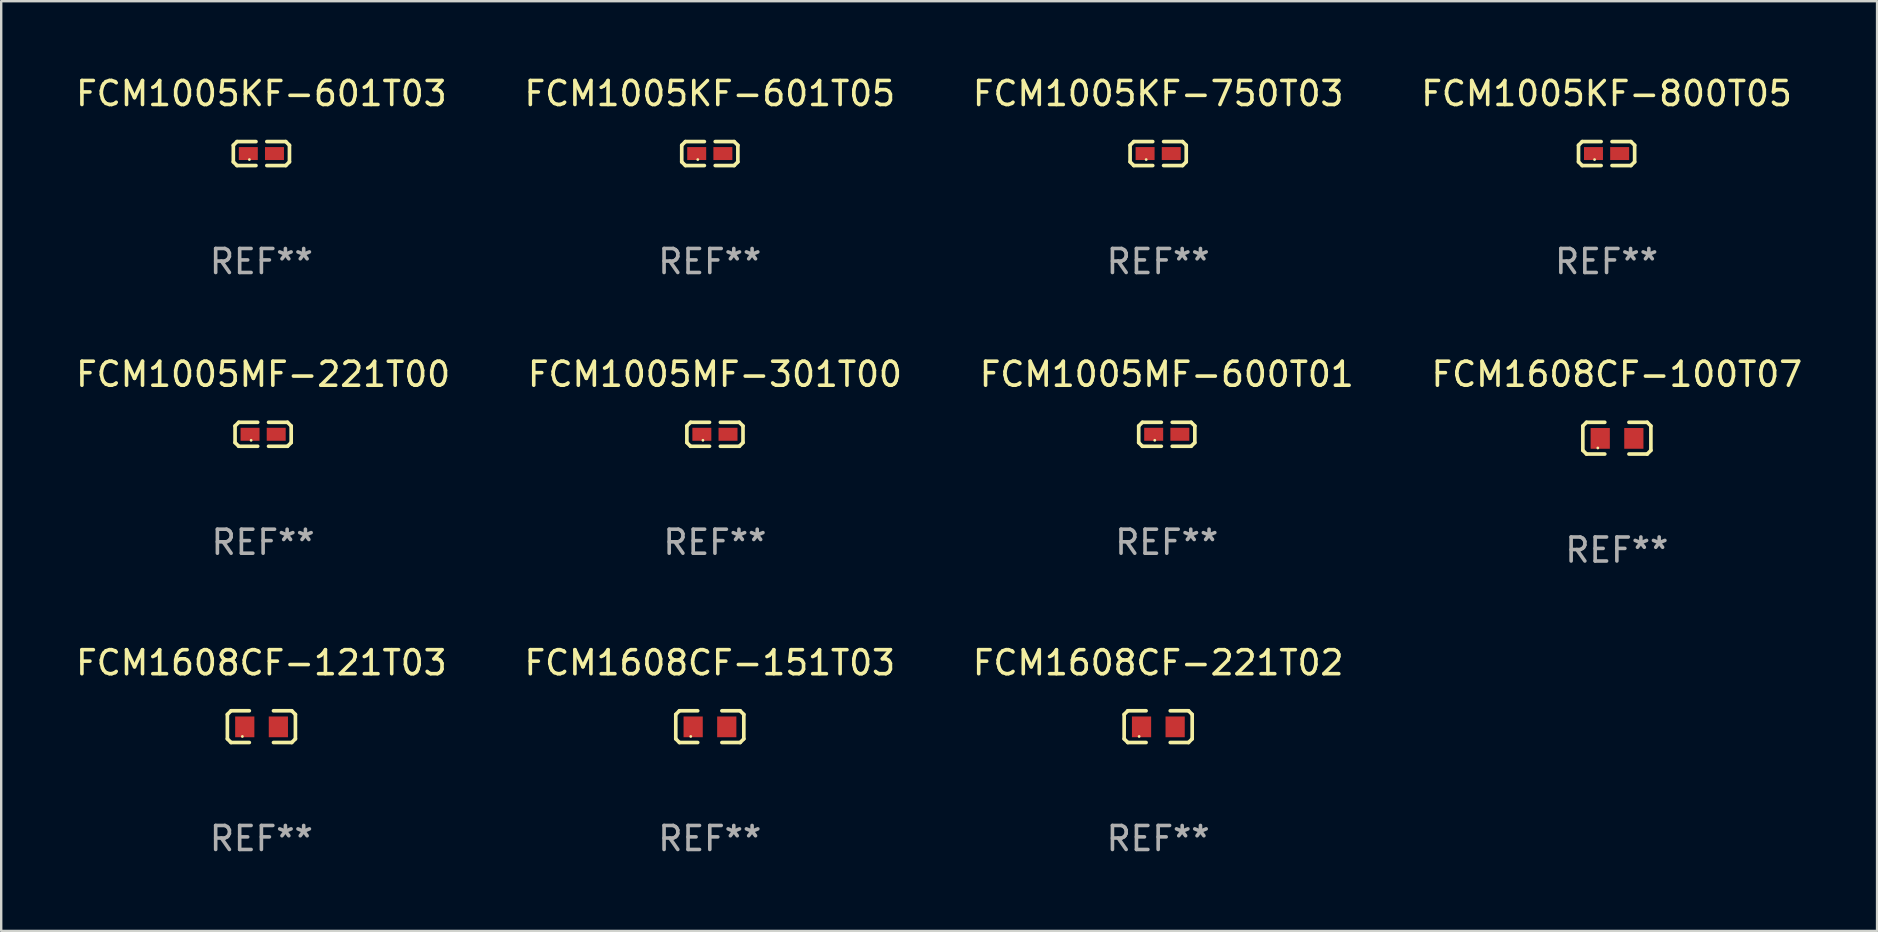
<source format=kicad_pcb>
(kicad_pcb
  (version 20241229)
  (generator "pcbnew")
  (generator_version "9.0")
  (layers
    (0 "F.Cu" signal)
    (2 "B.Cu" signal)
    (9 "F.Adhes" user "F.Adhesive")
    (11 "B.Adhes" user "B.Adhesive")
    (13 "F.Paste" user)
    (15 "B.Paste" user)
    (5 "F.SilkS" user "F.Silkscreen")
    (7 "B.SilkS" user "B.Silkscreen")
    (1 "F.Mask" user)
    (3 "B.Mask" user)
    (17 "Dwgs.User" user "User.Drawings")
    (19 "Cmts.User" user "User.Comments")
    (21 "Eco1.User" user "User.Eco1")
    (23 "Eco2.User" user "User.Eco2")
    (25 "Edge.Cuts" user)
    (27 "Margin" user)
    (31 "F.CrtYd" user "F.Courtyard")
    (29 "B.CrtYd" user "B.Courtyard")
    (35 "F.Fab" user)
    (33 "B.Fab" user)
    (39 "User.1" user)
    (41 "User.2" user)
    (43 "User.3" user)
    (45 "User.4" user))
  (footprint "FCM1608CF-221T02"
    (layer "F.Cu")
    (at 45.196 27.22)
    (property "Reference" "FCM1608CF-221T02" (at 0 -2.661 0) (layer "F.SilkS") (effects (font (size 1 1) (thickness 0.15))))
    (attr through_hole)
    (fp_line (start -1.417 -0.508) (end -1.265 -0.661) (stroke (width 0.152) (type solid)) (layer "F.SilkS"))
    (fp_line (start -1.417 0.508) (end -1.417 -0.508) (stroke (width 0.152) (type solid)) (layer "F.SilkS"))
    (fp_line (start -1.265 -0.661) (end -0.503 -0.661) (stroke (width 0.152) (type solid)) (layer "F.SilkS"))
    (fp_line (start -1.265 0.661) (end -1.417 0.508) (stroke (width 0.152) (type solid)) (layer "F.SilkS"))
    (fp_line (start -1.265 0.661) (end -0.503 0.661) (stroke (width 0.152) (type solid)) (layer "F.SilkS"))
    (fp_line (start 1.265 -0.661) (end 0.503 -0.661) (stroke (width 0.152) (type solid)) (layer "F.SilkS"))
    (fp_line (start 1.265 -0.661) (end 1.417 -0.508) (stroke (width 0.152) (type solid)) (layer "F.SilkS"))
    (fp_line (start 1.265 0.661) (end 0.503 0.661) (stroke (width 0.152) (type solid)) (layer "F.SilkS"))
    (fp_line (start 1.417 -0.508) (end 1.417 0.508) (stroke (width 0.152) (type solid)) (layer "F.SilkS"))
    (fp_line (start 1.417 0.508) (end 1.265 0.661) (stroke (width 0.152) (type solid)) (layer "F.SilkS"))
    (fp_circle (center -0.793 0.409) (end -0.763 0.409) (stroke (width 0.06) (type solid)) (fill no) (layer "F.SilkS"))
    (fp_text user "REF**" (at 0 4.661 0) (layer "F.Fab") (effects (font (size 1 1) (thickness 0.15))))
    (pad "1" smd rect (at -0.693 0.009 180) (size 0.8 0.864) (layers "F.Cu" "F.Mask" "F.Paste"))
    (pad "2" smd rect (at 0.707 0.009 180) (size 0.8 0.864) (layers "F.Cu" "F.Mask" "F.Paste")))
  (footprint "FCM1005KF-750T03"
    (layer "F.Cu")
    (at 45.196 3.347)
    (property "Reference" "FCM1005KF-750T03" (at 0 -2.499 0) (layer "F.SilkS") (effects (font (size 1 1) (thickness 0.15))))
    (attr through_hole)
    (fp_line (start -1.169 -0.346) (end -1.016 -0.499) (stroke (width 0.152) (type solid)) (layer "F.SilkS"))
    (fp_line (start -1.169 0.346) (end -1.169 -0.346) (stroke (width 0.152) (type solid)) (layer "F.SilkS"))
    (fp_line (start -1.016 -0.499) (end -0.226 -0.499) (stroke (width 0.152) (type solid)) (layer "F.SilkS"))
    (fp_line (start -1.016 0.499) (end -1.169 0.346) (stroke (width 0.152) (type solid)) (layer "F.SilkS"))
    (fp_line (start -0.226 0.499) (end -1.016 0.499) (stroke (width 0.152) (type solid)) (layer "F.SilkS"))
    (fp_line (start 0.226 0.499) (end 1.016 0.499) (stroke (width 0.152) (type solid)) (layer "F.SilkS"))
    (fp_line (start 1.016 -0.499) (end 0.226 -0.499) (stroke (width 0.152) (type solid)) (layer "F.SilkS"))
    (fp_line (start 1.016 0.499) (end 1.169 0.346) (stroke (width 0.152) (type solid)) (layer "F.SilkS"))
    (fp_line (start 1.169 -0.346) (end 1.016 -0.499) (stroke (width 0.152) (type solid)) (layer "F.SilkS"))
    (fp_line (start 1.169 0.346) (end 1.169 -0.346) (stroke (width 0.152) (type solid)) (layer "F.SilkS"))
    (fp_circle (center -0.5 0.25) (end -0.47 0.25) (stroke (width 0.06) (type solid)) (fill no) (layer "F.SilkS"))
    (fp_text user "REF**" (at 0 4.499 0) (layer "F.Fab") (effects (font (size 1 1) (thickness 0.15))))
    (pad "1" smd rect (at -0.545 0) (size 0.79 0.54) (layers "F.Cu" "F.Mask" "F.Paste"))
    (pad "2" smd rect (at 0.545 0) (size 0.79 0.54) (layers "F.Cu" "F.Mask" "F.Paste")))
  (footprint "FCM1005KF-800T05"
    (layer "F.Cu")
    (at 63.875 3.347)
    (property "Reference" "FCM1005KF-800T05" (at 0 -2.499 0) (layer "F.SilkS") (effects (font (size 1 1) (thickness 0.15))))
    (attr through_hole)
    (fp_line (start -1.169 -0.346) (end -1.016 -0.499) (stroke (width 0.152) (type solid)) (layer "F.SilkS"))
    (fp_line (start -1.169 0.346) (end -1.169 -0.346) (stroke (width 0.152) (type solid)) (layer "F.SilkS"))
    (fp_line (start -1.016 -0.499) (end -0.226 -0.499) (stroke (width 0.152) (type solid)) (layer "F.SilkS"))
    (fp_line (start -1.016 0.499) (end -1.169 0.346) (stroke (width 0.152) (type solid)) (layer "F.SilkS"))
    (fp_line (start -0.226 0.499) (end -1.016 0.499) (stroke (width 0.152) (type solid)) (layer "F.SilkS"))
    (fp_line (start 0.226 0.499) (end 1.016 0.499) (stroke (width 0.152) (type solid)) (layer "F.SilkS"))
    (fp_line (start 1.016 -0.499) (end 0.226 -0.499) (stroke (width 0.152) (type solid)) (layer "F.SilkS"))
    (fp_line (start 1.016 0.499) (end 1.169 0.346) (stroke (width 0.152) (type solid)) (layer "F.SilkS"))
    (fp_line (start 1.169 -0.346) (end 1.016 -0.499) (stroke (width 0.152) (type solid)) (layer "F.SilkS"))
    (fp_line (start 1.169 0.346) (end 1.169 -0.346) (stroke (width 0.152) (type solid)) (layer "F.SilkS"))
    (fp_circle (center -0.5 0.25) (end -0.47 0.25) (stroke (width 0.06) (type solid)) (fill no) (layer "F.SilkS"))
    (fp_text user "REF**" (at 0 4.499 0) (layer "F.Fab") (effects (font (size 1 1) (thickness 0.15))))
    (pad "1" smd rect (at -0.545 0) (size 0.79 0.54) (layers "F.Cu" "F.Mask" "F.Paste"))
    (pad "2" smd rect (at 0.545 0) (size 0.79 0.54) (layers "F.Cu" "F.Mask" "F.Paste")))
  (footprint "FCM1608CF-121T03"
    (layer "F.Cu")
    (at 7.839 27.22)
    (property "Reference" "FCM1608CF-121T03" (at 0 -2.661 0) (layer "F.SilkS") (effects (font (size 1 1) (thickness 0.15))))
    (attr through_hole)
    (fp_line (start -1.417 -0.508) (end -1.265 -0.661) (stroke (width 0.152) (type solid)) (layer "F.SilkS"))
    (fp_line (start -1.417 0.508) (end -1.417 -0.508) (stroke (width 0.152) (type solid)) (layer "F.SilkS"))
    (fp_line (start -1.265 -0.661) (end -0.503 -0.661) (stroke (width 0.152) (type solid)) (layer "F.SilkS"))
    (fp_line (start -1.265 0.661) (end -1.417 0.508) (stroke (width 0.152) (type solid)) (layer "F.SilkS"))
    (fp_line (start -1.265 0.661) (end -0.503 0.661) (stroke (width 0.152) (type solid)) (layer "F.SilkS"))
    (fp_line (start 1.265 -0.661) (end 0.503 -0.661) (stroke (width 0.152) (type solid)) (layer "F.SilkS"))
    (fp_line (start 1.265 -0.661) (end 1.417 -0.508) (stroke (width 0.152) (type solid)) (layer "F.SilkS"))
    (fp_line (start 1.265 0.661) (end 0.503 0.661) (stroke (width 0.152) (type solid)) (layer "F.SilkS"))
    (fp_line (start 1.417 -0.508) (end 1.417 0.508) (stroke (width 0.152) (type solid)) (layer "F.SilkS"))
    (fp_line (start 1.417 0.508) (end 1.265 0.661) (stroke (width 0.152) (type solid)) (layer "F.SilkS"))
    (fp_circle (center -0.793 0.409) (end -0.763 0.409) (stroke (width 0.06) (type solid)) (fill no) (layer "F.SilkS"))
    (fp_text user "REF**" (at 0 4.661 0) (layer "F.Fab") (effects (font (size 1 1) (thickness 0.15))))
    (pad "1" smd rect (at -0.693 0.009 180) (size 0.8 0.864) (layers "F.Cu" "F.Mask" "F.Paste"))
    (pad "2" smd rect (at 0.707 0.009 180) (size 0.8 0.864) (layers "F.Cu" "F.Mask" "F.Paste")))
  (footprint "FCM1005KF-601T03"
    (layer "F.Cu")
    (at 7.839 3.347)
    (property "Reference" "FCM1005KF-601T03" (at 0 -2.499 0) (layer "F.SilkS") (effects (font (size 1 1) (thickness 0.15))))
    (attr through_hole)
    (fp_line (start -1.169 -0.346) (end -1.016 -0.499) (stroke (width 0.152) (type solid)) (layer "F.SilkS"))
    (fp_line (start -1.169 0.346) (end -1.169 -0.346) (stroke (width 0.152) (type solid)) (layer "F.SilkS"))
    (fp_line (start -1.016 -0.499) (end -0.226 -0.499) (stroke (width 0.152) (type solid)) (layer "F.SilkS"))
    (fp_line (start -1.016 0.499) (end -1.169 0.346) (stroke (width 0.152) (type solid)) (layer "F.SilkS"))
    (fp_line (start -0.226 0.499) (end -1.016 0.499) (stroke (width 0.152) (type solid)) (layer "F.SilkS"))
    (fp_line (start 0.226 0.499) (end 1.016 0.499) (stroke (width 0.152) (type solid)) (layer "F.SilkS"))
    (fp_line (start 1.016 -0.499) (end 0.226 -0.499) (stroke (width 0.152) (type solid)) (layer "F.SilkS"))
    (fp_line (start 1.016 0.499) (end 1.169 0.346) (stroke (width 0.152) (type solid)) (layer "F.SilkS"))
    (fp_line (start 1.169 -0.346) (end 1.016 -0.499) (stroke (width 0.152) (type solid)) (layer "F.SilkS"))
    (fp_line (start 1.169 0.346) (end 1.169 -0.346) (stroke (width 0.152) (type solid)) (layer "F.SilkS"))
    (fp_circle (center -0.5 0.25) (end -0.47 0.25) (stroke (width 0.06) (type solid)) (fill no) (layer "F.SilkS"))
    (fp_text user "REF**" (at 0 4.499 0) (layer "F.Fab") (effects (font (size 1 1) (thickness 0.15))))
    (pad "1" smd rect (at -0.545 0) (size 0.79 0.54) (layers "F.Cu" "F.Mask" "F.Paste"))
    (pad "2" smd rect (at 0.545 0) (size 0.79 0.54) (layers "F.Cu" "F.Mask" "F.Paste")))
  (footprint "FCM1005MF-221T00"
    (layer "F.Cu")
    (at 7.911 15.041)
    (property "Reference" "FCM1005MF-221T00" (at 0 -2.499 0) (layer "F.SilkS") (effects (font (size 1 1) (thickness 0.15))))
    (attr through_hole)
    (fp_line (start -1.169 -0.346) (end -1.016 -0.499) (stroke (width 0.152) (type solid)) (layer "F.SilkS"))
    (fp_line (start -1.169 0.346) (end -1.169 -0.346) (stroke (width 0.152) (type solid)) (layer "F.SilkS"))
    (fp_line (start -1.016 -0.499) (end -0.226 -0.499) (stroke (width 0.152) (type solid)) (layer "F.SilkS"))
    (fp_line (start -1.016 0.499) (end -1.169 0.346) (stroke (width 0.152) (type solid)) (layer "F.SilkS"))
    (fp_line (start -0.226 0.499) (end -1.016 0.499) (stroke (width 0.152) (type solid)) (layer "F.SilkS"))
    (fp_line (start 0.226 0.499) (end 1.016 0.499) (stroke (width 0.152) (type solid)) (layer "F.SilkS"))
    (fp_line (start 1.016 -0.499) (end 0.226 -0.499) (stroke (width 0.152) (type solid)) (layer "F.SilkS"))
    (fp_line (start 1.016 0.499) (end 1.169 0.346) (stroke (width 0.152) (type solid)) (layer "F.SilkS"))
    (fp_line (start 1.169 -0.346) (end 1.016 -0.499) (stroke (width 0.152) (type solid)) (layer "F.SilkS"))
    (fp_line (start 1.169 0.346) (end 1.169 -0.346) (stroke (width 0.152) (type solid)) (layer "F.SilkS"))
    (fp_circle (center -0.5 0.25) (end -0.47 0.25) (stroke (width 0.06) (type solid)) (fill no) (layer "F.SilkS"))
    (fp_text user "REF**" (at 0 4.499 0) (layer "F.Fab") (effects (font (size 1 1) (thickness 0.15))))
    (pad "1" smd rect (at -0.545 0) (size 0.79 0.54) (layers "F.Cu" "F.Mask" "F.Paste"))
    (pad "2" smd rect (at 0.545 0) (size 0.79 0.54) (layers "F.Cu" "F.Mask" "F.Paste")))
  (footprint "FCM1608CF-100T07"
    (layer "F.Cu")
    (at 64.304 15.203)
    (property "Reference" "FCM1608CF-100T07" (at 0 -2.661 0) (layer "F.SilkS") (effects (font (size 1 1) (thickness 0.15))))
    (attr through_hole)
    (fp_line (start -1.417 -0.508) (end -1.265 -0.661) (stroke (width 0.152) (type solid)) (layer "F.SilkS"))
    (fp_line (start -1.417 0.508) (end -1.417 -0.508) (stroke (width 0.152) (type solid)) (layer "F.SilkS"))
    (fp_line (start -1.265 -0.661) (end -0.503 -0.661) (stroke (width 0.152) (type solid)) (layer "F.SilkS"))
    (fp_line (start -1.265 0.661) (end -1.417 0.508) (stroke (width 0.152) (type solid)) (layer "F.SilkS"))
    (fp_line (start -1.265 0.661) (end -0.503 0.661) (stroke (width 0.152) (type solid)) (layer "F.SilkS"))
    (fp_line (start 1.265 -0.661) (end 0.503 -0.661) (stroke (width 0.152) (type solid)) (layer "F.SilkS"))
    (fp_line (start 1.265 -0.661) (end 1.417 -0.508) (stroke (width 0.152) (type solid)) (layer "F.SilkS"))
    (fp_line (start 1.265 0.661) (end 0.503 0.661) (stroke (width 0.152) (type solid)) (layer "F.SilkS"))
    (fp_line (start 1.417 -0.508) (end 1.417 0.508) (stroke (width 0.152) (type solid)) (layer "F.SilkS"))
    (fp_line (start 1.417 0.508) (end 1.265 0.661) (stroke (width 0.152) (type solid)) (layer "F.SilkS"))
    (fp_circle (center -0.793 0.409) (end -0.763 0.409) (stroke (width 0.06) (type solid)) (fill no) (layer "F.SilkS"))
    (fp_text user "REF**" (at 0 4.661 0) (layer "F.Fab") (effects (font (size 1 1) (thickness 0.15))))
    (pad "1" smd rect (at -0.693 0.009 180) (size 0.8 0.864) (layers "F.Cu" "F.Mask" "F.Paste"))
    (pad "2" smd rect (at 0.707 0.009 180) (size 0.8 0.864) (layers "F.Cu" "F.Mask" "F.Paste")))
  (footprint "FCM1005MF-600T01"
    (layer "F.Cu")
    (at 45.554 15.041)
    (property "Reference" "FCM1005MF-600T01" (at 0 -2.499 0) (layer "F.SilkS") (effects (font (size 1 1) (thickness 0.15))))
    (attr through_hole)
    (fp_line (start -1.169 -0.346) (end -1.016 -0.499) (stroke (width 0.152) (type solid)) (layer "F.SilkS"))
    (fp_line (start -1.169 0.346) (end -1.169 -0.346) (stroke (width 0.152) (type solid)) (layer "F.SilkS"))
    (fp_line (start -1.016 -0.499) (end -0.226 -0.499) (stroke (width 0.152) (type solid)) (layer "F.SilkS"))
    (fp_line (start -1.016 0.499) (end -1.169 0.346) (stroke (width 0.152) (type solid)) (layer "F.SilkS"))
    (fp_line (start -0.226 0.499) (end -1.016 0.499) (stroke (width 0.152) (type solid)) (layer "F.SilkS"))
    (fp_line (start 0.226 0.499) (end 1.016 0.499) (stroke (width 0.152) (type solid)) (layer "F.SilkS"))
    (fp_line (start 1.016 -0.499) (end 0.226 -0.499) (stroke (width 0.152) (type solid)) (layer "F.SilkS"))
    (fp_line (start 1.016 0.499) (end 1.169 0.346) (stroke (width 0.152) (type solid)) (layer "F.SilkS"))
    (fp_line (start 1.169 -0.346) (end 1.016 -0.499) (stroke (width 0.152) (type solid)) (layer "F.SilkS"))
    (fp_line (start 1.169 0.346) (end 1.169 -0.346) (stroke (width 0.152) (type solid)) (layer "F.SilkS"))
    (fp_circle (center -0.5 0.25) (end -0.47 0.25) (stroke (width 0.06) (type solid)) (fill no) (layer "F.SilkS"))
    (fp_text user "REF**" (at 0 4.499 0) (layer "F.Fab") (effects (font (size 1 1) (thickness 0.15))))
    (pad "1" smd rect (at -0.545 0) (size 0.79 0.54) (layers "F.Cu" "F.Mask" "F.Paste"))
    (pad "2" smd rect (at 0.545 0) (size 0.79 0.54) (layers "F.Cu" "F.Mask" "F.Paste")))
  (footprint "FCM1005MF-301T00"
    (layer "F.Cu")
    (at 26.732 15.041)
    (property "Reference" "FCM1005MF-301T00" (at 0 -2.499 0) (layer "F.SilkS") (effects (font (size 1 1) (thickness 0.15))))
    (attr through_hole)
    (fp_line (start -1.169 -0.346) (end -1.016 -0.499) (stroke (width 0.152) (type solid)) (layer "F.SilkS"))
    (fp_line (start -1.169 0.346) (end -1.169 -0.346) (stroke (width 0.152) (type solid)) (layer "F.SilkS"))
    (fp_line (start -1.016 -0.499) (end -0.226 -0.499) (stroke (width 0.152) (type solid)) (layer "F.SilkS"))
    (fp_line (start -1.016 0.499) (end -1.169 0.346) (stroke (width 0.152) (type solid)) (layer "F.SilkS"))
    (fp_line (start -0.226 0.499) (end -1.016 0.499) (stroke (width 0.152) (type solid)) (layer "F.SilkS"))
    (fp_line (start 0.226 0.499) (end 1.016 0.499) (stroke (width 0.152) (type solid)) (layer "F.SilkS"))
    (fp_line (start 1.016 -0.499) (end 0.226 -0.499) (stroke (width 0.152) (type solid)) (layer "F.SilkS"))
    (fp_line (start 1.016 0.499) (end 1.169 0.346) (stroke (width 0.152) (type solid)) (layer "F.SilkS"))
    (fp_line (start 1.169 -0.346) (end 1.016 -0.499) (stroke (width 0.152) (type solid)) (layer "F.SilkS"))
    (fp_line (start 1.169 0.346) (end 1.169 -0.346) (stroke (width 0.152) (type solid)) (layer "F.SilkS"))
    (fp_circle (center -0.5 0.25) (end -0.47 0.25) (stroke (width 0.06) (type solid)) (fill no) (layer "F.SilkS"))
    (fp_text user "REF**" (at 0 4.499 0) (layer "F.Fab") (effects (font (size 1 1) (thickness 0.15))))
    (pad "1" smd rect (at -0.545 0) (size 0.79 0.54) (layers "F.Cu" "F.Mask" "F.Paste"))
    (pad "2" smd rect (at 0.545 0) (size 0.79 0.54) (layers "F.Cu" "F.Mask" "F.Paste")))
  (footprint "FCM1608CF-151T03"
    (layer "F.Cu")
    (at 26.518 27.22)
    (property "Reference" "FCM1608CF-151T03" (at 0 -2.661 0) (layer "F.SilkS") (effects (font (size 1 1) (thickness 0.15))))
    (attr through_hole)
    (fp_line (start -1.417 -0.508) (end -1.265 -0.661) (stroke (width 0.152) (type solid)) (layer "F.SilkS"))
    (fp_line (start -1.417 0.508) (end -1.417 -0.508) (stroke (width 0.152) (type solid)) (layer "F.SilkS"))
    (fp_line (start -1.265 -0.661) (end -0.503 -0.661) (stroke (width 0.152) (type solid)) (layer "F.SilkS"))
    (fp_line (start -1.265 0.661) (end -1.417 0.508) (stroke (width 0.152) (type solid)) (layer "F.SilkS"))
    (fp_line (start -1.265 0.661) (end -0.503 0.661) (stroke (width 0.152) (type solid)) (layer "F.SilkS"))
    (fp_line (start 1.265 -0.661) (end 0.503 -0.661) (stroke (width 0.152) (type solid)) (layer "F.SilkS"))
    (fp_line (start 1.265 -0.661) (end 1.417 -0.508) (stroke (width 0.152) (type solid)) (layer "F.SilkS"))
    (fp_line (start 1.265 0.661) (end 0.503 0.661) (stroke (width 0.152) (type solid)) (layer "F.SilkS"))
    (fp_line (start 1.417 -0.508) (end 1.417 0.508) (stroke (width 0.152) (type solid)) (layer "F.SilkS"))
    (fp_line (start 1.417 0.508) (end 1.265 0.661) (stroke (width 0.152) (type solid)) (layer "F.SilkS"))
    (fp_circle (center -0.793 0.409) (end -0.763 0.409) (stroke (width 0.06) (type solid)) (fill no) (layer "F.SilkS"))
    (fp_text user "REF**" (at 0 4.661 0) (layer "F.Fab") (effects (font (size 1 1) (thickness 0.15))))
    (pad "1" smd rect (at -0.693 0.009 180) (size 0.8 0.864) (layers "F.Cu" "F.Mask" "F.Paste"))
    (pad "2" smd rect (at 0.707 0.009 180) (size 0.8 0.864) (layers "F.Cu" "F.Mask" "F.Paste")))
  (footprint "FCM1005KF-601T05"
    (layer "F.Cu")
    (at 26.518 3.347)
    (property "Reference" "FCM1005KF-601T05" (at 0 -2.499 0) (layer "F.SilkS") (effects (font (size 1 1) (thickness 0.15))))
    (attr through_hole)
    (fp_line (start -1.169 -0.346) (end -1.016 -0.499) (stroke (width 0.152) (type solid)) (layer "F.SilkS"))
    (fp_line (start -1.169 0.346) (end -1.169 -0.346) (stroke (width 0.152) (type solid)) (layer "F.SilkS"))
    (fp_line (start -1.016 -0.499) (end -0.226 -0.499) (stroke (width 0.152) (type solid)) (layer "F.SilkS"))
    (fp_line (start -1.016 0.499) (end -1.169 0.346) (stroke (width 0.152) (type solid)) (layer "F.SilkS"))
    (fp_line (start -0.226 0.499) (end -1.016 0.499) (stroke (width 0.152) (type solid)) (layer "F.SilkS"))
    (fp_line (start 0.226 0.499) (end 1.016 0.499) (stroke (width 0.152) (type solid)) (layer "F.SilkS"))
    (fp_line (start 1.016 -0.499) (end 0.226 -0.499) (stroke (width 0.152) (type solid)) (layer "F.SilkS"))
    (fp_line (start 1.016 0.499) (end 1.169 0.346) (stroke (width 0.152) (type solid)) (layer "F.SilkS"))
    (fp_line (start 1.169 -0.346) (end 1.016 -0.499) (stroke (width 0.152) (type solid)) (layer "F.SilkS"))
    (fp_line (start 1.169 0.346) (end 1.169 -0.346) (stroke (width 0.152) (type solid)) (layer "F.SilkS"))
    (fp_circle (center -0.5 0.25) (end -0.47 0.25) (stroke (width 0.06) (type solid)) (fill no) (layer "F.SilkS"))
    (fp_text user "REF**" (at 0 4.499 0) (layer "F.Fab") (effects (font (size 1 1) (thickness 0.15))))
    (pad "1" smd rect (at -0.545 0) (size 0.79 0.54) (layers "F.Cu" "F.Mask" "F.Paste"))
    (pad "2" smd rect (at 0.545 0) (size 0.79 0.54) (layers "F.Cu" "F.Mask" "F.Paste")))
  (gr_rect
    (start -3 -3)
    (end 75.143 35.729)
    (stroke (width 0.1) (type default))
    (fill no)
    (layer "Edge.Cuts")))
</source>
